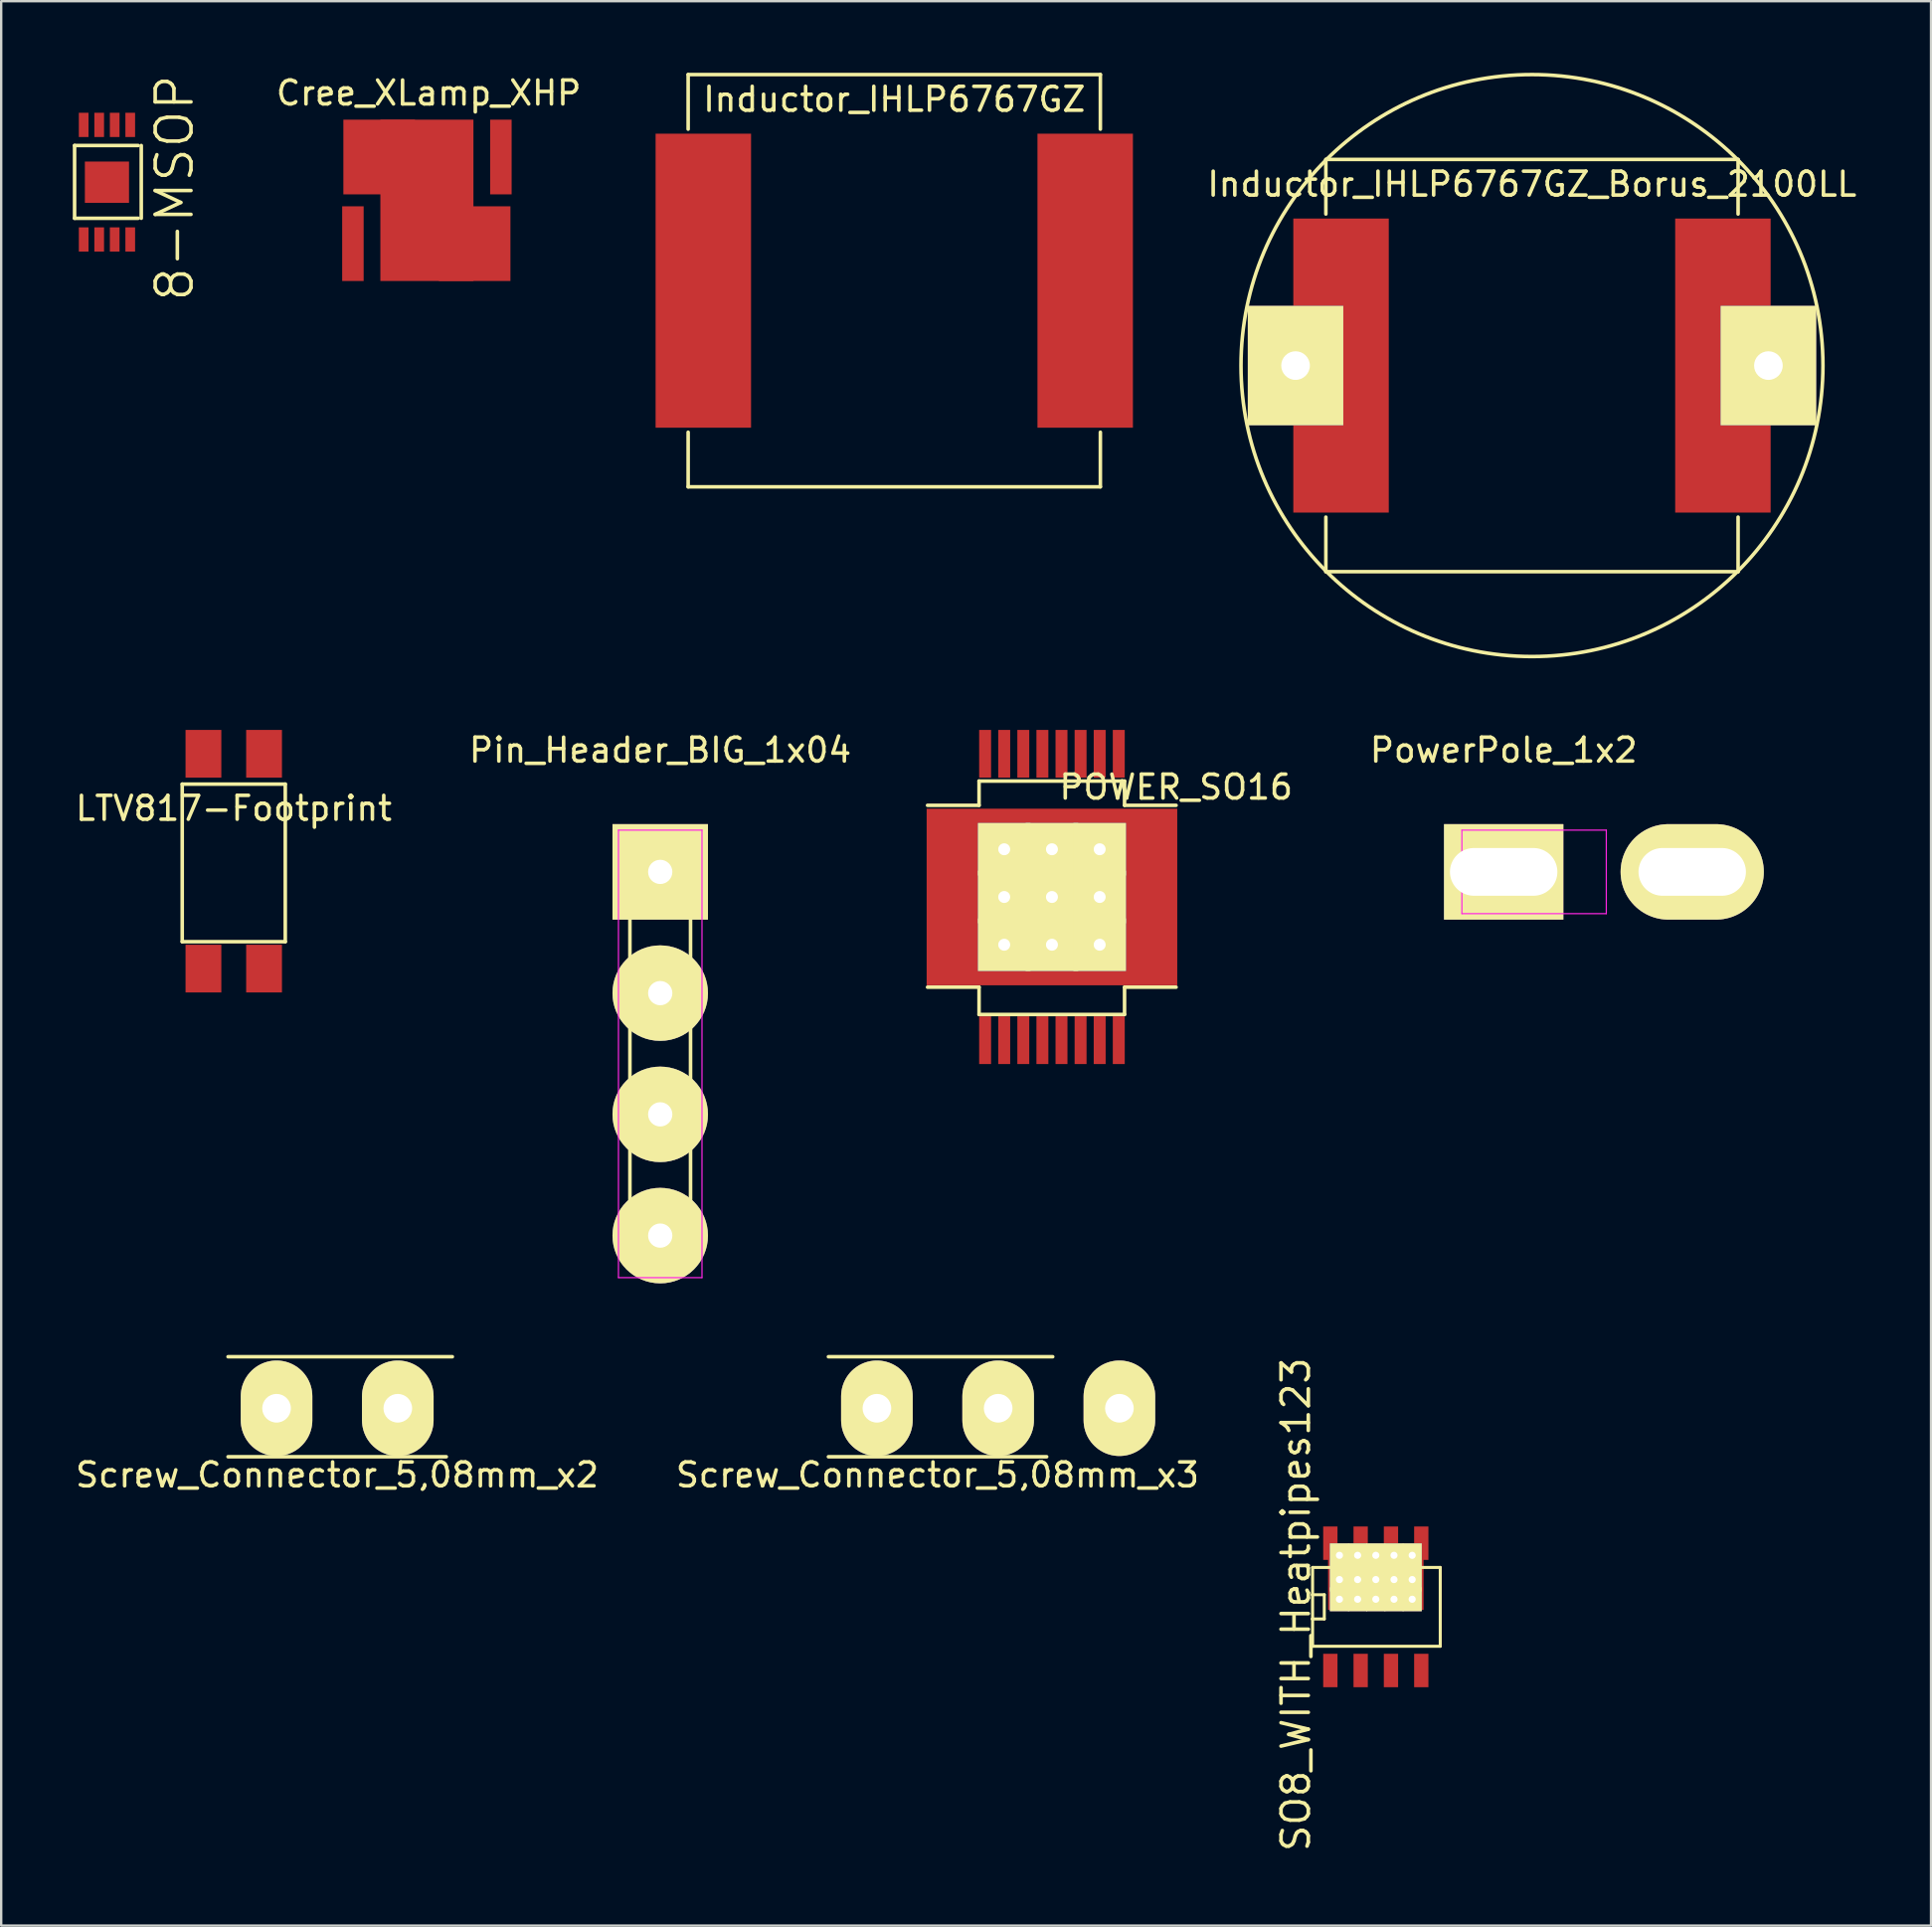
<source format=kicad_pcb>
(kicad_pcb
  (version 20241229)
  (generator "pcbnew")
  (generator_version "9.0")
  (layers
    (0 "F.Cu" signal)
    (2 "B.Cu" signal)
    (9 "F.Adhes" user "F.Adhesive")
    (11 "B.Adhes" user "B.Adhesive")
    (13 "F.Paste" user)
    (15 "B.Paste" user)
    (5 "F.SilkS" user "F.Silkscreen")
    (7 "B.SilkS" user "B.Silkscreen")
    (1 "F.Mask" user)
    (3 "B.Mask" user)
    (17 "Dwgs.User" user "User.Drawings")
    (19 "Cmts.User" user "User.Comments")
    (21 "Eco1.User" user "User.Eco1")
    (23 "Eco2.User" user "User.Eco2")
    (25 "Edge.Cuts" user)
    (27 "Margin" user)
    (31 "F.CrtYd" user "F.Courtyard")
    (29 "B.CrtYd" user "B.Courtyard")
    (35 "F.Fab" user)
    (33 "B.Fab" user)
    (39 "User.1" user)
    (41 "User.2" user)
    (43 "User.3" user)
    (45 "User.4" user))
  (footprint "Pin_Header_BIG_1x04"
    (layer "F.Cu")
    (at 24.613 33.482)
    (property "Reference" "Pin_Header_BIG_1x04" (at 0 -5.1 0) (layer "F.SilkS") (effects (font (size 1 1) (thickness 0.15))))
    (attr through_hole)
    (fp_line (start -1.55 -1.55) (end 1.55 -1.55) (stroke (width 0.15) (type solid)) (layer "F.SilkS"))
    (fp_line (start -1.55 0) (end -1.55 -1.55) (stroke (width 0.15) (type solid)) (layer "F.SilkS"))
    (fp_line (start -1.27 16.51) (end -1.27 1.27) (stroke (width 0.15) (type solid)) (layer "F.SilkS"))
    (fp_line (start 1.27 1.27) (end -1.27 1.27) (stroke (width 0.15) (type solid)) (layer "F.SilkS"))
    (fp_line (start 1.27 1.27) (end 1.27 16.51) (stroke (width 0.15) (type solid)) (layer "F.SilkS"))
    (fp_line (start 1.27 16.51) (end -1.27 16.51) (stroke (width 0.15) (type solid)) (layer "F.SilkS"))
    (fp_line (start 1.55 -1.55) (end 1.55 0) (stroke (width 0.15) (type solid)) (layer "F.SilkS"))
    (fp_line (start -1.75 -1.75) (end -1.75 17) (stroke (width 0.05) (type solid)) (layer "F.CrtYd"))
    (fp_line (start -1.75 -1.75) (end 1.75 -1.75) (stroke (width 0.05) (type solid)) (layer "F.CrtYd"))
    (fp_line (start -1.75 17) (end 1.75 17) (stroke (width 0.05) (type solid)) (layer "F.CrtYd"))
    (fp_line (start 1.75 -1.75) (end 1.75 17) (stroke (width 0.05) (type solid)) (layer "F.CrtYd"))
    (pad "1" thru_hole rect (at 0 0) (size 4 4) (drill 1.016) (layers "*.Cu" "*.Mask" "F.SilkS"))
    (pad "2" thru_hole circle (at 0 5.08) (size 4 4) (drill 1.016) (layers "*.Cu" "*.Mask" "F.SilkS"))
    (pad "3" thru_hole circle (at 0 10.16) (size 4 4) (drill 1.016) (layers "*.Cu" "*.Mask" "F.SilkS"))
    (pad "4" thru_hole circle (at 0 15.24) (size 4 4) (drill 1.016) (layers "*.Cu" "*.Mask" "F.SilkS")))
  (footprint "PowerPole_1x2"
    (layer "F.Cu")
    (at 59.953 33.482)
    (property "Reference" "PowerPole_1x2" (at 0 -5.1 0) (layer "F.SilkS") (effects (font (size 1 1) (thickness 0.15))))
    (attr through_hole)
    (fp_line (start -1.75 -1.75) (end -1.75 1.75) (stroke (width 0.05) (type solid)) (layer "F.CrtYd"))
    (fp_line (start -1.75 -1.75) (end 4.3 -1.75) (stroke (width 0.05) (type solid)) (layer "F.CrtYd"))
    (fp_line (start -1.75 1.75) (end 4.3 1.75) (stroke (width 0.05) (type solid)) (layer "F.CrtYd"))
    (fp_line (start 4.3 -1.75) (end 4.3 1.75) (stroke (width 0.05) (type solid)) (layer "F.CrtYd"))
    (pad "1" thru_hole rect (at 0 0) (size 5 4) (drill oval 4.5 2) (layers "*.Cu" "*.Mask" "F.SilkS"))
    (pad "2" thru_hole oval (at 7.9 0) (size 6 4) (drill oval 4.5 2) (layers "*.Cu" "*.Mask" "F.SilkS")))
  (footprint "Screw_Connector_5,08mm_x2"
    (layer "F.Cu")
    (at 8.537 55.956)
    (property "Reference" "Screw_Connector_5,08mm_x2" (at 2.54 2.794 0) (layer "F.SilkS") (effects (font (size 1 1) (thickness 0.15))))
    (attr through_hole)
    (fp_line (start -2.032 -2.159) (end 7.366 -2.159) (stroke (width 0.15) (type solid)) (layer "F.SilkS"))
    (fp_line (start 7.112 2.032) (end -2.032 2.032) (stroke (width 0.15) (type solid)) (layer "F.SilkS"))
    (pad "1" thru_hole oval (at 0 0) (size 3 4) (drill 1.2) (layers "*.Cu" "*.Mask" "F.SilkS"))
    (pad "2" thru_hole oval (at 5.08 0) (size 3 4) (drill 1.2) (layers "*.Cu" "*.Mask" "F.SilkS")))
  (footprint "Cree_XLamp_XHP"
    (layer "F.Cu")
    (at 14.837 5.344)
    (property "Reference" "Cree_XLamp_XHP" (at 0.076 -4.496 0) (layer "F.SilkS") (effects (font (size 1 1) (thickness 0.15))))
    (attr through_hole)
    (pad "1" smd rect (at -3.1 1.815) (size 0.9 3.13) (layers "F.Cu" "F.Mask" "F.Paste"))
    (pad "2" smd rect (at -2 -1.815) (size 3 3.13) (layers "F.Cu" "F.Mask" "F.Paste"))
    (pad "2" smd rect (at 0 0) (size 3.9 6.76) (layers "F.Cu" "F.Mask" "F.Paste"))
    (pad "2" smd rect (at 2 1.815) (size 3 3.13) (layers "F.Cu" "F.Mask" "F.Paste"))
    (pad "3" smd rect (at 3.1 -1.815) (size 0.9 3.13) (layers "F.Cu" "F.Mask" "F.Paste")))
  (footprint "Inductor_IHLP6767GZ_Borus_2100LL"
    (layer "F.Cu")
    (at 61.139 12.267)
    (property "Reference" "Inductor_IHLP6767GZ_Borus_2100LL" (at 0 -7.6 0) (layer "F.SilkS") (effects (font (size 1 1) (thickness 0.15))))
    (attr smd)
    (fp_line (start -8.636 -8.636) (end -8.636 -6.35) (stroke (width 0.15) (type solid)) (layer "F.SilkS"))
    (fp_line (start -8.636 -8.636) (end 8.636 -8.636) (stroke (width 0.15) (type solid)) (layer "F.SilkS"))
    (fp_line (start -8.636 8.636) (end -8.636 6.35) (stroke (width 0.15) (type solid)) (layer "F.SilkS"))
    (fp_line (start -8.636 8.636) (end 8.636 8.636) (stroke (width 0.15) (type solid)) (layer "F.SilkS"))
    (fp_line (start 8.636 -8.636) (end 8.636 -6.35) (stroke (width 0.15) (type solid)) (layer "F.SilkS"))
    (fp_line (start 8.636 8.636) (end 8.636 6.35) (stroke (width 0.15) (type solid)) (layer "F.SilkS"))
    (fp_circle (center 0 0) (end 12.192 0) (stroke (width 0.15) (type solid)) (fill no) (layer "F.SilkS"))
    (pad "1" thru_hole rect (at -9.906 0) (size 4 5) (drill 1.2) (layers "*.Cu" "*.Mask" "F.SilkS"))
    (pad "1" smd rect (at -8 0) (size 4 12.32) (layers "F.Cu" "F.Mask" "F.Paste"))
    (pad "2" smd rect (at 8 0) (size 4 12.32) (layers "F.Cu" "F.Mask" "F.Paste"))
    (pad "2" thru_hole rect (at 9.906 0) (size 4 5) (drill 1.2) (layers "*.Cu" "*.Mask" "F.SilkS")))
  (footprint "Inductor_IHLP6767GZ"
    (layer "F.Cu")
    (at 34.419 8.711)
    (property "Reference" "Inductor_IHLP6767GZ" (at 0 -7.6 0) (layer "F.SilkS") (effects (font (size 1 1) (thickness 0.15))))
    (attr smd)
    (fp_line (start -8.636 -8.636) (end -8.636 -6.35) (stroke (width 0.15) (type solid)) (layer "F.SilkS"))
    (fp_line (start -8.636 -8.636) (end 8.636 -8.636) (stroke (width 0.15) (type solid)) (layer "F.SilkS"))
    (fp_line (start -8.636 8.636) (end -8.636 6.35) (stroke (width 0.15) (type solid)) (layer "F.SilkS"))
    (fp_line (start -8.636 8.636) (end 8.636 8.636) (stroke (width 0.15) (type solid)) (layer "F.SilkS"))
    (fp_line (start 8.636 -8.636) (end 8.636 -6.35) (stroke (width 0.15) (type solid)) (layer "F.SilkS"))
    (fp_line (start 8.636 8.636) (end 8.636 6.35) (stroke (width 0.15) (type solid)) (layer "F.SilkS"))
    (pad "1" smd rect (at -8 0) (size 4 12.32) (layers "F.Cu" "F.Mask" "F.Paste"))
    (pad "2" smd rect (at 8 0) (size 4 12.32) (layers "F.Cu" "F.Mask" "F.Paste")))
  (footprint "POWER_SO16"
    (layer "F.Cu")
    (at 38.226 28.534)
    (property "Reference" "POWER_SO16" (at 8.001 1.397 0) (layer "F.SilkS") (effects (font (size 1 1) (thickness 0.15))))
    (attr through_hole)
    (fp_line (start -2.413 9.779) (end -0.254 9.779) (stroke (width 0.15) (type solid)) (layer "F.SilkS"))
    (fp_line (start -0.254 1.143) (end -0.254 2.159) (stroke (width 0.15) (type solid)) (layer "F.SilkS"))
    (fp_line (start -0.254 1.143) (end 5.842 1.143) (stroke (width 0.15) (type solid)) (layer "F.SilkS"))
    (fp_line (start -0.254 2.159) (end -2.413 2.159) (stroke (width 0.15) (type solid)) (layer "F.SilkS"))
    (fp_line (start -0.254 9.779) (end -0.254 10.922) (stroke (width 0.15) (type solid)) (layer "F.SilkS"))
    (fp_line (start -0.254 10.922) (end 5.842 10.922) (stroke (width 0.15) (type solid)) (layer "F.SilkS"))
    (fp_line (start 5.842 1.143) (end 5.842 2.159) (stroke (width 0.15) (type solid)) (layer "F.SilkS"))
    (fp_line (start 5.842 2.159) (end 8.001 2.159) (stroke (width 0.15) (type solid)) (layer "F.SilkS"))
    (fp_line (start 5.842 9.779) (end 8.001 9.779) (stroke (width 0.15) (type solid)) (layer "F.SilkS"))
    (fp_line (start 5.842 10.922) (end 5.842 9.779) (stroke (width 0.15) (type solid)) (layer "F.SilkS"))
    (pad "1" smd rect (at 0 12) (size 0.5 2) (layers "F.Cu" "F.Mask" "F.Paste"))
    (pad "2" smd rect (at 0.8 12) (size 0.5 2) (layers "F.Cu" "F.Mask" "F.Paste"))
    (pad "3" smd rect (at 1.6 12) (size 0.5 2) (layers "F.Cu" "F.Mask" "F.Paste"))
    (pad "4" smd rect (at 2.4 12) (size 0.5 2) (layers "F.Cu" "F.Mask" "F.Paste"))
    (pad "5" smd rect (at 3.2 12) (size 0.5 2) (layers "F.Cu" "F.Mask" "F.Paste"))
    (pad "6" smd rect (at 4 12) (size 0.5 2) (layers "F.Cu" "F.Mask" "F.Paste"))
    (pad "7" smd rect (at 4.8 12) (size 0.5 2) (layers "F.Cu" "F.Mask" "F.Paste"))
    (pad "8" smd rect (at 5.6 12) (size 0.5 2) (layers "F.Cu" "F.Mask" "F.Paste"))
    (pad "9" smd rect (at 5.6 0) (size 0.5 2) (layers "F.Cu" "F.Mask" "F.Paste"))
    (pad "10" smd rect (at 4.8 0) (size 0.5 2) (layers "F.Cu" "F.Mask" "F.Paste"))
    (pad "11" smd rect (at 4 0) (size 0.5 2) (layers "F.Cu" "F.Mask" "F.Paste"))
    (pad "12" smd rect (at 3.2 0) (size 0.5 2) (layers "F.Cu" "F.Mask" "F.Paste"))
    (pad "13" smd rect (at 2.4 0) (size 0.5 2) (layers "F.Cu" "F.Mask" "F.Paste"))
    (pad "14" smd rect (at 1.6 0) (size 0.5 2) (layers "F.Cu" "F.Mask" "F.Paste"))
    (pad "15" smd rect (at 0.8 0) (size 0.5 2) (layers "F.Cu" "F.Mask" "F.Paste"))
    (pad "16" smd rect (at 0 0) (size 0.5 2) (layers "F.Cu" "F.Mask" "F.Paste"))
    (pad "PAD" thru_hole rect (at 0.8 4) (size 2.2 2.2) (drill 0.5) (layers "*.Cu" "*.Mask" "F.SilkS"))
    (pad "PAD" thru_hole rect (at 0.8 6) (size 2.2 2.2) (drill 0.5) (layers "*.Cu" "*.Mask" "F.SilkS"))
    (pad "PAD" thru_hole rect (at 0.8 8) (size 2.2 2.2) (drill 0.5) (layers "*.Cu" "*.Mask" "F.SilkS"))
    (pad "PAD" thru_hole rect (at 2.8 4) (size 2.2 2.2) (drill 0.5) (layers "*.Cu" "*.Mask" "F.SilkS"))
    (pad "PAD" thru_hole rect (at 2.8 6) (size 2.2 2.2) (drill 0.5) (layers "*.Cu" "*.Mask" "F.SilkS"))
    (pad "PAD" smd rect (at 2.8 6) (size 10.5 7.4) (layers "F.Cu" "F.Mask" "F.Paste"))
    (pad "PAD" thru_hole rect (at 2.8 8) (size 2.2 2.2) (drill 0.5) (layers "*.Cu" "*.Mask" "F.SilkS"))
    (pad "PAD" thru_hole rect (at 4.8 4) (size 2.2 2.2) (drill 0.5) (layers "*.Cu" "*.Mask" "F.SilkS"))
    (pad "PAD" thru_hole rect (at 4.8 6) (size 2.2 2.2) (drill 0.5) (layers "*.Cu" "*.Mask" "F.SilkS"))
    (pad "PAD" thru_hole rect (at 4.8 8) (size 2.2 2.2) (drill 0.5) (layers "*.Cu" "*.Mask" "F.SilkS")))
  (footprint "LTV817-Footprint"
    (layer "F.Cu")
    (at 5.474 28.534)
    (property "Reference" "LTV817-Footprint" (at 1.27 2.286 0) (layer "F.SilkS") (effects (font (size 1 1) (thickness 0.15))))
    (attr through_hole)
    (fp_line (start -0.889 1.27) (end 3.429 1.27) (stroke (width 0.15) (type solid)) (layer "F.SilkS"))
    (fp_line (start -0.889 7.874) (end -0.889 1.27) (stroke (width 0.15) (type solid)) (layer "F.SilkS"))
    (fp_line (start 3.429 1.27) (end 3.429 7.874) (stroke (width 0.15) (type solid)) (layer "F.SilkS"))
    (fp_line (start 3.429 7.874) (end -0.889 7.874) (stroke (width 0.15) (type solid)) (layer "F.SilkS"))
    (pad "1" smd rect (at 2.54 0) (size 1.5 2) (layers "F.Cu" "F.Mask" "F.Paste"))
    (pad "2" smd rect (at 0 0) (size 1.5 2) (layers "F.Cu" "F.Mask" "F.Paste"))
    (pad "3" smd rect (at 0 9) (size 1.5 2) (layers "F.Cu" "F.Mask" "F.Paste"))
    (pad "4" smd rect (at 2.54 9) (size 1.5 2) (layers "F.Cu" "F.Mask" "F.Paste")))
  (footprint "Screw_Connector_5,08mm_x3"
    (layer "F.Cu")
    (at 33.692 55.956)
    (property "Reference" "Screw_Connector_5,08mm_x3" (at 2.54 2.794 0) (layer "F.SilkS") (effects (font (size 1 1) (thickness 0.15))))
    (attr through_hole)
    (fp_line (start -2.032 -2.159) (end 7.366 -2.159) (stroke (width 0.15) (type solid)) (layer "F.SilkS"))
    (fp_line (start 7.112 2.032) (end -2.032 2.032) (stroke (width 0.15) (type solid)) (layer "F.SilkS"))
    (pad "1" thru_hole oval (at 0 0) (size 3 4) (drill 1.2) (layers "*.Cu" "*.Mask" "F.SilkS"))
    (pad "2" thru_hole oval (at 5.08 0) (size 3 4) (drill 1.2) (layers "*.Cu" "*.Mask" "F.SilkS"))
    (pad "3" thru_hole oval (at 10.16 0) (size 3 4) (drill 1.2) (layers "*.Cu" "*.Mask" "F.SilkS")))
  (footprint "8-MSOP"
    (layer "F.Cu")
    (at 0.456 6.984)
    (property "Reference" "8-MSOP" (at 3.81 -2.159 90) (layer "F.SilkS") (effects (font (size 1.5 1.5) (thickness 0.15))))
    (attr through_hole)
    (fp_line (start -0.381 -3.937) (end 2.286 -3.937) (stroke (width 0.15) (type solid)) (layer "F.SilkS"))
    (fp_line (start -0.381 -0.889) (end -0.381 -3.937) (stroke (width 0.15) (type solid)) (layer "F.SilkS"))
    (fp_line (start 2.286 -0.889) (end -0.381 -0.889) (stroke (width 0.15) (type solid)) (layer "F.SilkS"))
    (fp_line (start 2.413 -3.937) (end 2.413 -0.889) (stroke (width 0.15) (type solid)) (layer "F.SilkS"))
    (pad "1" smd rect (at 0 0) (size 0.406 1.016) (layers "F.Cu" "F.Mask" "F.Paste"))
    (pad "2" smd rect (at 0.65 -4.801) (size 0.406 1.016) (layers "F.Cu" "F.Mask" "F.Paste"))
    (pad "2" smd rect (at 0.65 0) (size 0.406 1.016) (layers "F.Cu" "F.Mask" "F.Paste"))
    (pad "3" smd rect (at 1.3 -4.801) (size 0.406 1.016) (layers "F.Cu" "F.Mask" "F.Paste"))
    (pad "3" smd rect (at 1.3 0) (size 0.406 1.016) (layers "F.Cu" "F.Mask" "F.Paste"))
    (pad "4" smd rect (at 1.951 -4.801) (size 0.406 1.016) (layers "F.Cu" "F.Mask" "F.Paste"))
    (pad "4" smd rect (at 1.951 0) (size 0.406 1.016) (layers "F.Cu" "F.Mask" "F.Paste"))
    (pad "8" smd rect (at 0 -4.801) (size 0.406 1.016) (layers "F.Cu" "F.Mask" "F.Paste"))
    (pad "PAD" smd rect (at 0.975 -2.4) (size 1.85 1.73) (layers "F.Cu" "F.Mask" "F.Paste")))
  (footprint "SO8_WITH_Heatpipes123"
    (layer "F.Cu")
    (at 54.596 64.277)
    (property "Reference" "SO8_WITH_Heatpipes123" (at -3.35 -0.099 90) (layer "F.SilkS") (effects (font (size 1.143 1.143) (thickness 0.152))))
    (attr smd)
    (fp_line (start -2.667 -0.508) (end -2.159 -0.508) (stroke (width 0.127) (type solid)) (layer "F.SilkS"))
    (fp_line (start -2.649 -1.651) (end -2.649 1.651) (stroke (width 0.127) (type solid)) (layer "F.SilkS"))
    (fp_line (start -2.649 -1.651) (end 2.7 -1.651) (stroke (width 0.127) (type solid)) (layer "F.SilkS"))
    (fp_line (start -2.159 -0.508) (end -2.159 0.508) (stroke (width 0.127) (type solid)) (layer "F.SilkS"))
    (fp_line (start -2.159 0.508) (end -2.667 0.508) (stroke (width 0.127) (type solid)) (layer "F.SilkS"))
    (fp_line (start 2.7 -1.651) (end 2.7 1.651) (stroke (width 0.127) (type solid)) (layer "F.SilkS"))
    (fp_line (start 2.7 1.651) (end -2.649 1.651) (stroke (width 0.127) (type solid)) (layer "F.SilkS"))
    (pad "D" smd rect (at -1.905 -2.667) (size 0.599 1.4) (layers "F.Cu" "F.Mask" "F.Paste"))
    (pad "D" thru_hole rect (at -1.524 -2.159) (size 0.8 1) (drill 0.3) (layers "*.Cu" "*.Mask" "F.SilkS"))
    (pad "D" thru_hole rect (at -1.524 -1.143) (size 0.8 1) (drill 0.3) (layers "*.Cu" "*.Mask" "F.SilkS"))
    (pad "D" thru_hole rect (at -1.524 -0.318) (size 0.8 1) (drill 0.3) (layers "*.Cu" "*.Mask" "F.SilkS"))
    (pad "D" thru_hole rect (at -0.762 -2.159) (size 0.8 1) (drill 0.3) (layers "*.Cu" "*.Mask" "F.SilkS"))
    (pad "D" thru_hole rect (at -0.762 -1.143) (size 0.8 1) (drill 0.3) (layers "*.Cu" "*.Mask" "F.SilkS"))
    (pad "D" thru_hole rect (at -0.762 -0.318) (size 0.8 1) (drill 0.3) (layers "*.Cu" "*.Mask" "F.SilkS"))
    (pad "D" smd rect (at -0.635 -2.667) (size 0.599 1.4) (layers "F.Cu" "F.Mask" "F.Paste"))
    (pad "D" thru_hole rect (at 0 -2.159) (size 0.8 1) (drill 0.3) (layers "*.Cu" "*.Mask" "F.SilkS"))
    (pad "D" smd rect (at 0 -1.27) (size 4 2.799) (layers "F.Cu" "F.Mask" "F.Paste"))
    (pad "D" thru_hole rect (at 0 -1.143) (size 0.8 1) (drill 0.3) (layers "*.Cu" "*.Mask" "F.SilkS"))
    (pad "D" thru_hole rect (at 0 -0.318) (size 0.8 1) (drill 0.3) (layers "*.Cu" "*.Mask" "F.SilkS"))
    (pad "D" smd rect (at 0.635 -2.667) (size 0.599 1.4) (layers "F.Cu" "F.Mask" "F.Paste"))
    (pad "D" thru_hole rect (at 0.762 -2.159) (size 0.8 1) (drill 0.3) (layers "*.Cu" "*.Mask" "F.SilkS"))
    (pad "D" thru_hole rect (at 0.762 -1.143) (size 0.8 1) (drill 0.3) (layers "*.Cu" "*.Mask" "F.SilkS"))
    (pad "D" thru_hole rect (at 0.762 -0.318) (size 0.8 1) (drill 0.3) (layers "*.Cu" "*.Mask" "F.SilkS"))
    (pad "D" thru_hole rect (at 1.524 -2.159) (size 0.8 1) (drill 0.3) (layers "*.Cu" "*.Mask" "F.SilkS"))
    (pad "D" thru_hole rect (at 1.524 -1.143) (size 0.8 1) (drill 0.3) (layers "*.Cu" "*.Mask" "F.SilkS"))
    (pad "D" thru_hole rect (at 1.524 -0.318) (size 0.8 1) (drill 0.3) (layers "*.Cu" "*.Mask" "F.SilkS"))
    (pad "D" smd rect (at 1.905 -2.667) (size 0.599 1.4) (layers "F.Cu" "F.Mask" "F.Paste"))
    (pad "G" smd rect (at 1.905 2.667) (size 0.599 1.4) (layers "F.Cu" "F.Mask" "F.Paste"))
    (pad "S" smd rect (at -1.905 2.667) (size 0.599 1.4) (layers "F.Cu" "F.Mask" "F.Paste"))
    (pad "S" smd rect (at -0.635 2.667) (size 0.599 1.4) (layers "F.Cu" "F.Mask" "F.Paste"))
    (pad "S" smd rect (at 0.635 2.667) (size 0.599 1.4) (layers "F.Cu" "F.Mask" "F.Paste")))
  (gr_rect
    (start -3 -3)
    (end 77.859 77.634)
    (stroke (width 0.1) (type default))
    (fill no)
    (layer "Edge.Cuts")))
</source>
